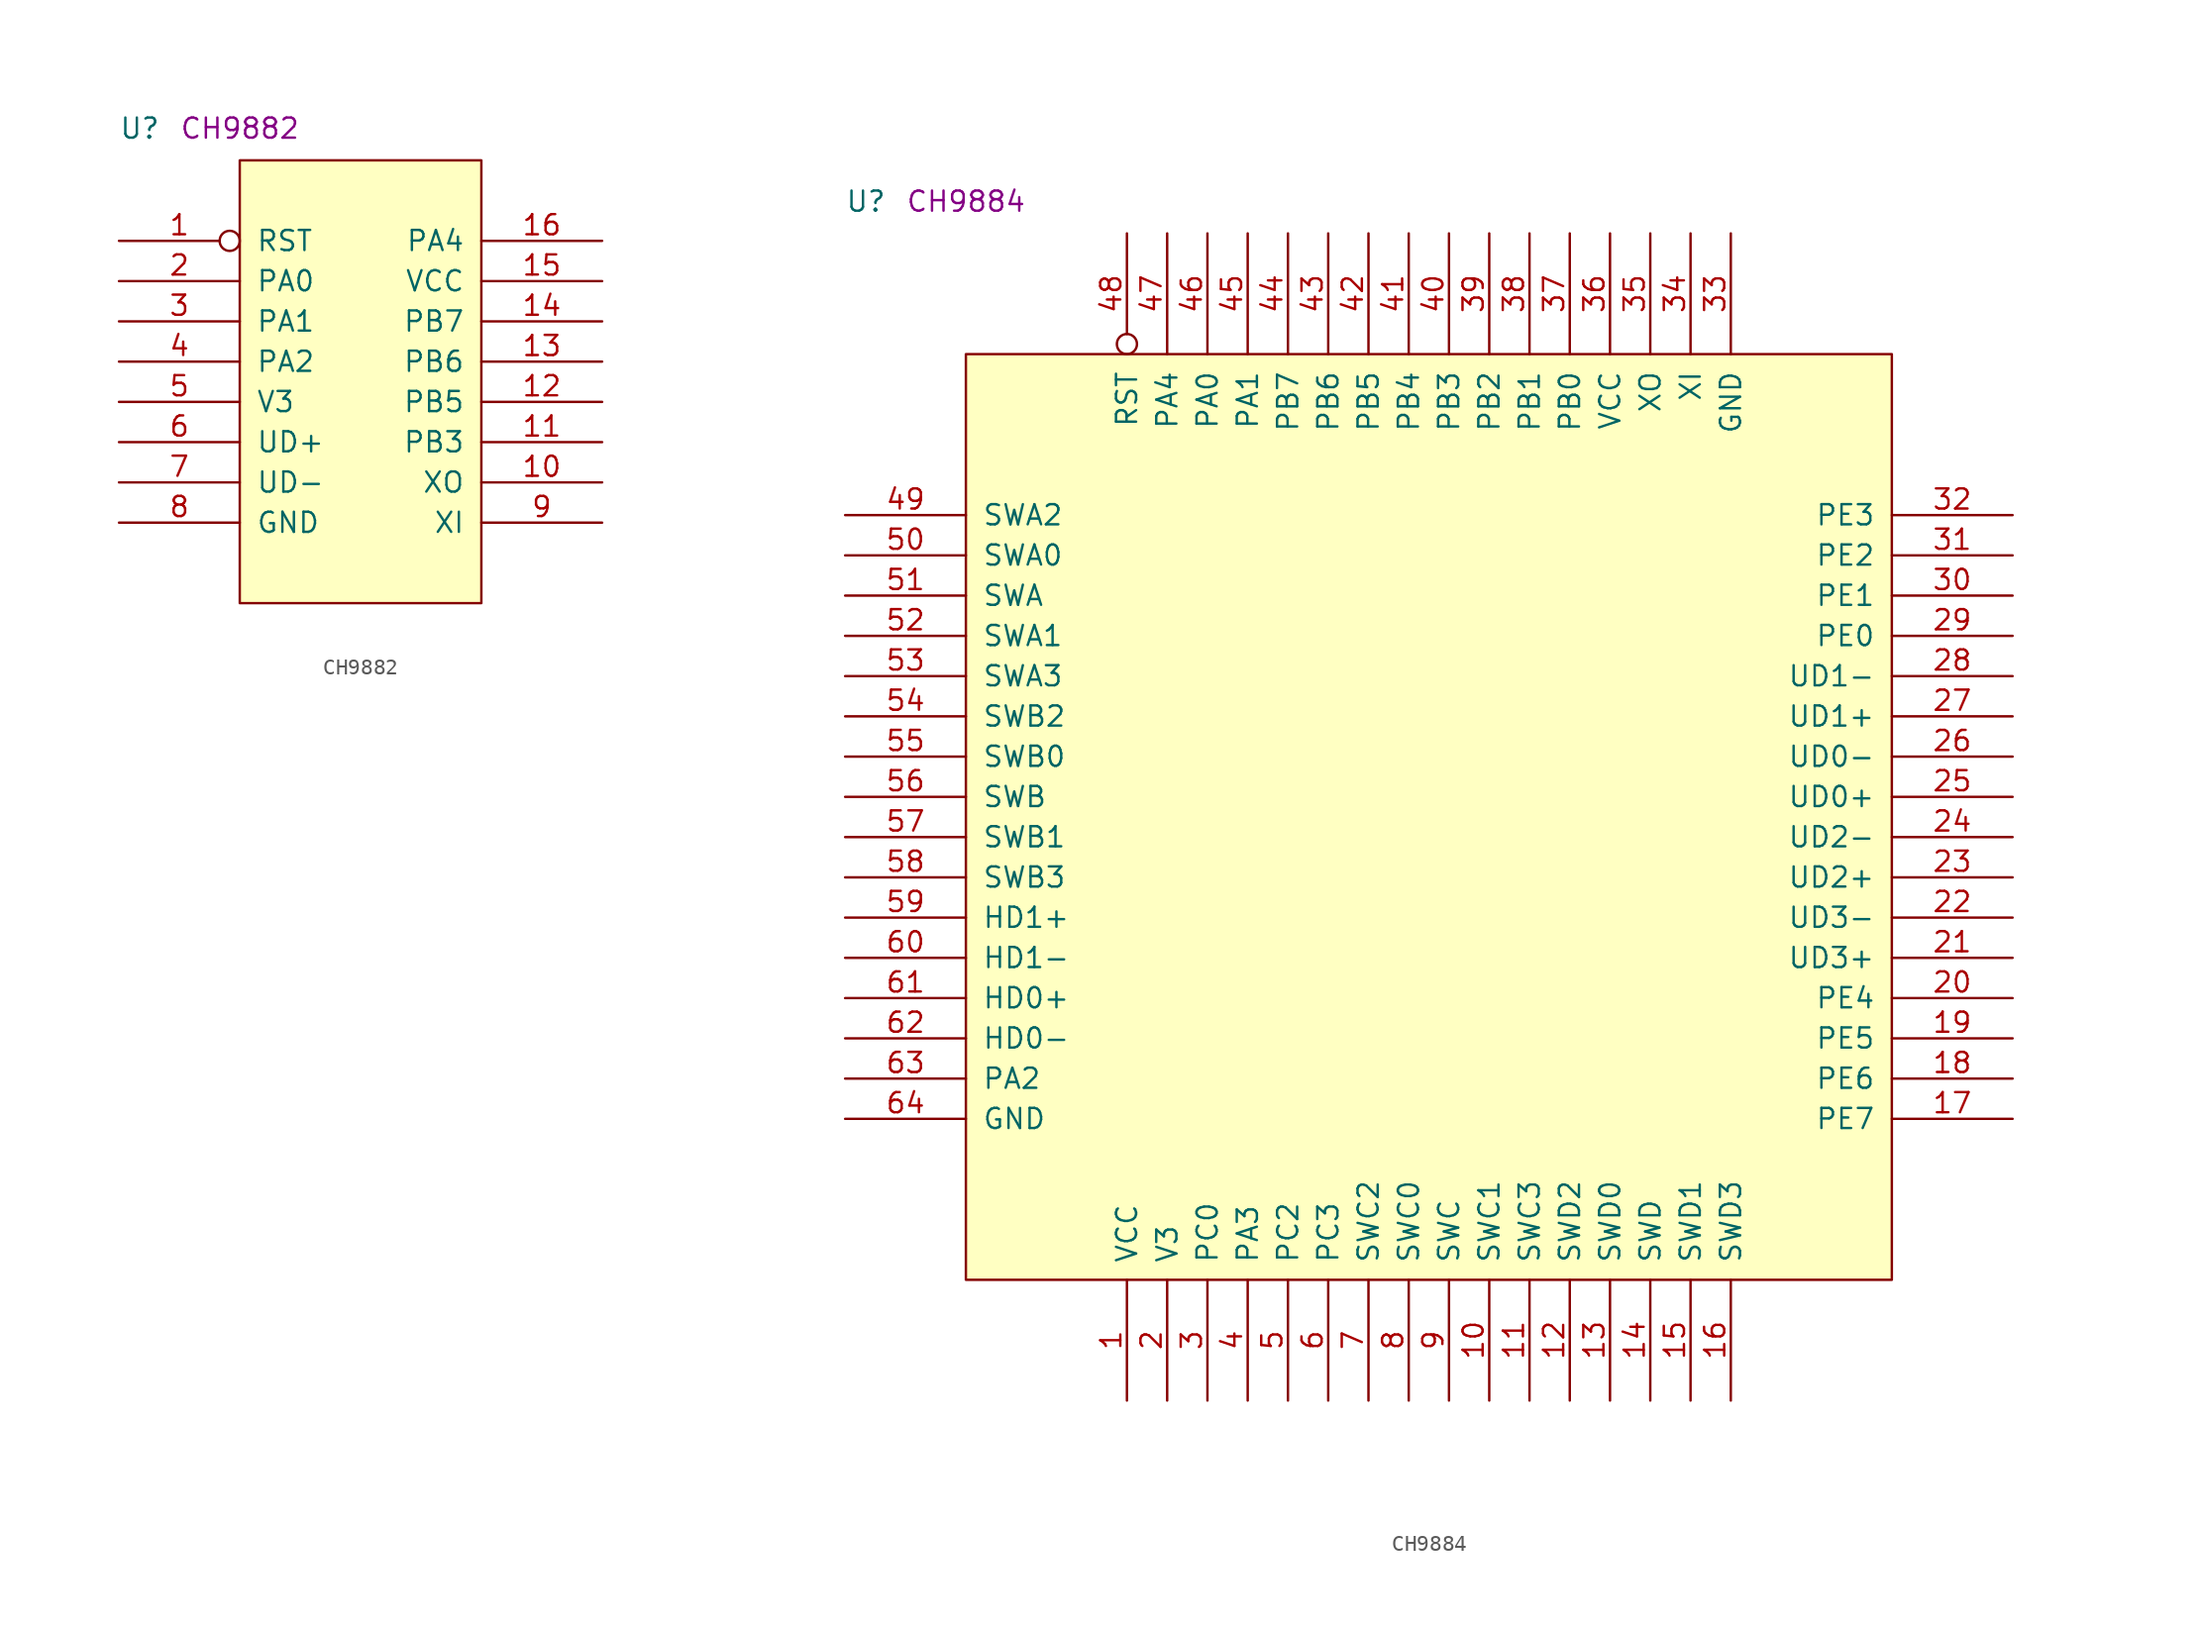
<source format=kicad_sym>
(kicad_symbol_lib
  (version 20211014)
  (generator kicad_symbol_editor)
  (symbol "CH9882"
    (pin_names
      (offset 1.016))
    (property "Reference" "U"
      (at -7.62 1.27 0)
      (effects (font (size 1.27 1.27)) (justify left bottom)))
    (property "Comment" "CH9882"
      (at -3.81 1.27 0)
      (effects (font (size 1.27 1.27)) (justify left bottom)))
    (symbol "CH9882_1_1"
      (rectangle (start 0 -27.94) (end 15.24 0) (stroke (width 0) (type default) (color 0 0 0 0)) (fill (type background)))
      (pin input inverted (at -7.62 -5.08 0) (length 7.62) (name "RST" (effects (font (size 1.27 1.27)))) (number "1" (effects (font (size 1.27 1.27)))))
      (pin output line (at 22.86 -20.32 180) (length 7.62) (name "XO" (effects (font (size 1.27 1.27)))) (number "10" (effects (font (size 1.27 1.27)))))
      (pin bidirectional line (at 22.86 -17.78 180) (length 7.62) (name "PB3" (effects (font (size 1.27 1.27)))) (number "11" (effects (font (size 1.27 1.27)))))
      (pin bidirectional line (at 22.86 -15.24 180) (length 7.62) (name "PB5" (effects (font (size 1.27 1.27)))) (number "12" (effects (font (size 1.27 1.27)))))
      (pin bidirectional line (at 22.86 -12.7 180) (length 7.62) (name "PB6" (effects (font (size 1.27 1.27)))) (number "13" (effects (font (size 1.27 1.27)))))
      (pin bidirectional line (at 22.86 -10.16 180) (length 7.62) (name "PB7" (effects (font (size 1.27 1.27)))) (number "14" (effects (font (size 1.27 1.27)))))
      (pin power_in line (at 22.86 -7.62 180) (length 7.62) (name "VCC" (effects (font (size 1.27 1.27)))) (number "15" (effects (font (size 1.27 1.27)))))
      (pin bidirectional line (at 22.86 -5.08 180) (length 7.62) (name "PA4" (effects (font (size 1.27 1.27)))) (number "16" (effects (font (size 1.27 1.27)))))
      (pin bidirectional line (at -7.62 -7.62 0) (length 7.62) (name "PA0" (effects (font (size 1.27 1.27)))) (number "2" (effects (font (size 1.27 1.27)))))
      (pin bidirectional line (at -7.62 -10.16 0) (length 7.62) (name "PA1" (effects (font (size 1.27 1.27)))) (number "3" (effects (font (size 1.27 1.27)))))
      (pin bidirectional line (at -7.62 -12.7 0) (length 7.62) (name "PA2" (effects (font (size 1.27 1.27)))) (number "4" (effects (font (size 1.27 1.27)))))
      (pin power_in line (at -7.62 -15.24 0) (length 7.62) (name "V3" (effects (font (size 1.27 1.27)))) (number "5" (effects (font (size 1.27 1.27)))))
      (pin bidirectional line (at -7.62 -17.78 0) (length 7.62) (name "UD+" (effects (font (size 1.27 1.27)))) (number "6" (effects (font (size 1.27 1.27)))))
      (pin bidirectional line (at -7.62 -20.32 0) (length 7.62) (name "UD-" (effects (font (size 1.27 1.27)))) (number "7" (effects (font (size 1.27 1.27)))))
      (pin power_in line (at -7.62 -22.86 0) (length 7.62) (name "GND" (effects (font (size 1.27 1.27)))) (number "8" (effects (font (size 1.27 1.27)))))
      (pin input line (at 22.86 -22.86 180) (length 7.62) (name "XI" (effects (font (size 1.27 1.27)))) (number "9" (effects (font (size 1.27 1.27)))))))
  (symbol "CH9884"
    (pin_names
      (offset 1.016))
    (property "Reference" "U"
      (at -7.62 8.89 0)
      (effects (font (size 1.27 1.27)) (justify left bottom)))
    (property "Comment" "CH9884"
      (at -3.81 8.89 0)
      (effects (font (size 1.27 1.27)) (justify left bottom)))
    (symbol "CH9884_1_1"
      (rectangle (start 0 -58.42) (end 58.42 0) (stroke (width 0) (type default) (color 0 0 0 0)) (fill (type background)))
      (pin power_in line (at 10.16 -66.04 90) (length 7.62) (name "VCC" (effects (font (size 1.27 1.27)))) (number "1" (effects (font (size 1.27 1.27)))))
      (pin bidirectional line (at 33.02 -66.04 90) (length 7.62) (name "SWC1" (effects (font (size 1.27 1.27)))) (number "10" (effects (font (size 1.27 1.27)))))
      (pin bidirectional line (at 35.56 -66.04 90) (length 7.62) (name "SWC3" (effects (font (size 1.27 1.27)))) (number "11" (effects (font (size 1.27 1.27)))))
      (pin bidirectional line (at 38.1 -66.04 90) (length 7.62) (name "SWD2" (effects (font (size 1.27 1.27)))) (number "12" (effects (font (size 1.27 1.27)))))
      (pin bidirectional line (at 40.64 -66.04 90) (length 7.62) (name "SWD0" (effects (font (size 1.27 1.27)))) (number "13" (effects (font (size 1.27 1.27)))))
      (pin bidirectional line (at 43.18 -66.04 90) (length 7.62) (name "SWD" (effects (font (size 1.27 1.27)))) (number "14" (effects (font (size 1.27 1.27)))))
      (pin bidirectional line (at 45.72 -66.04 90) (length 7.62) (name "SWD1" (effects (font (size 1.27 1.27)))) (number "15" (effects (font (size 1.27 1.27)))))
      (pin bidirectional line (at 48.26 -66.04 90) (length 7.62) (name "SWD3" (effects (font (size 1.27 1.27)))) (number "16" (effects (font (size 1.27 1.27)))))
      (pin bidirectional line (at 66.04 -48.26 180) (length 7.62) (name "PE7" (effects (font (size 1.27 1.27)))) (number "17" (effects (font (size 1.27 1.27)))))
      (pin bidirectional line (at 66.04 -45.72 180) (length 7.62) (name "PE6" (effects (font (size 1.27 1.27)))) (number "18" (effects (font (size 1.27 1.27)))))
      (pin bidirectional line (at 66.04 -43.18 180) (length 7.62) (name "PE5" (effects (font (size 1.27 1.27)))) (number "19" (effects (font (size 1.27 1.27)))))
      (pin power_in line (at 12.7 -66.04 90) (length 7.62) (name "V3" (effects (font (size 1.27 1.27)))) (number "2" (effects (font (size 1.27 1.27)))))
      (pin bidirectional line (at 66.04 -40.64 180) (length 7.62) (name "PE4" (effects (font (size 1.27 1.27)))) (number "20" (effects (font (size 1.27 1.27)))))
      (pin bidirectional line (at 66.04 -38.1 180) (length 7.62) (name "UD3+" (effects (font (size 1.27 1.27)))) (number "21" (effects (font (size 1.27 1.27)))))
      (pin bidirectional line (at 66.04 -35.56 180) (length 7.62) (name "UD3-" (effects (font (size 1.27 1.27)))) (number "22" (effects (font (size 1.27 1.27)))))
      (pin bidirectional line (at 66.04 -33.02 180) (length 7.62) (name "UD2+" (effects (font (size 1.27 1.27)))) (number "23" (effects (font (size 1.27 1.27)))))
      (pin bidirectional line (at 66.04 -30.48 180) (length 7.62) (name "UD2-" (effects (font (size 1.27 1.27)))) (number "24" (effects (font (size 1.27 1.27)))))
      (pin bidirectional line (at 66.04 -27.94 180) (length 7.62) (name "UD0+" (effects (font (size 1.27 1.27)))) (number "25" (effects (font (size 1.27 1.27)))))
      (pin bidirectional line (at 66.04 -25.4 180) (length 7.62) (name "UD0-" (effects (font (size 1.27 1.27)))) (number "26" (effects (font (size 1.27 1.27)))))
      (pin bidirectional line (at 66.04 -22.86 180) (length 7.62) (name "UD1+" (effects (font (size 1.27 1.27)))) (number "27" (effects (font (size 1.27 1.27)))))
      (pin bidirectional line (at 66.04 -20.32 180) (length 7.62) (name "UD1-" (effects (font (size 1.27 1.27)))) (number "28" (effects (font (size 1.27 1.27)))))
      (pin bidirectional line (at 66.04 -17.78 180) (length 7.62) (name "PE0" (effects (font (size 1.27 1.27)))) (number "29" (effects (font (size 1.27 1.27)))))
      (pin bidirectional line (at 15.24 -66.04 90) (length 7.62) (name "PC0" (effects (font (size 1.27 1.27)))) (number "3" (effects (font (size 1.27 1.27)))))
      (pin bidirectional line (at 66.04 -15.24 180) (length 7.62) (name "PE1" (effects (font (size 1.27 1.27)))) (number "30" (effects (font (size 1.27 1.27)))))
      (pin bidirectional line (at 66.04 -12.7 180) (length 7.62) (name "PE2" (effects (font (size 1.27 1.27)))) (number "31" (effects (font (size 1.27 1.27)))))
      (pin bidirectional line (at 66.04 -10.16 180) (length 7.62) (name "PE3" (effects (font (size 1.27 1.27)))) (number "32" (effects (font (size 1.27 1.27)))))
      (pin power_in line (at 48.26 7.62 270) (length 7.62) (name "GND" (effects (font (size 1.27 1.27)))) (number "33" (effects (font (size 1.27 1.27)))))
      (pin input line (at 45.72 7.62 270) (length 7.62) (name "XI" (effects (font (size 1.27 1.27)))) (number "34" (effects (font (size 1.27 1.27)))))
      (pin output line (at 43.18 7.62 270) (length 7.62) (name "XO" (effects (font (size 1.27 1.27)))) (number "35" (effects (font (size 1.27 1.27)))))
      (pin power_in line (at 40.64 7.62 270) (length 7.62) (name "VCC" (effects (font (size 1.27 1.27)))) (number "36" (effects (font (size 1.27 1.27)))))
      (pin bidirectional line (at 38.1 7.62 270) (length 7.62) (name "PB0" (effects (font (size 1.27 1.27)))) (number "37" (effects (font (size 1.27 1.27)))))
      (pin bidirectional line (at 35.56 7.62 270) (length 7.62) (name "PB1" (effects (font (size 1.27 1.27)))) (number "38" (effects (font (size 1.27 1.27)))))
      (pin bidirectional line (at 33.02 7.62 270) (length 7.62) (name "PB2" (effects (font (size 1.27 1.27)))) (number "39" (effects (font (size 1.27 1.27)))))
      (pin bidirectional line (at 17.78 -66.04 90) (length 7.62) (name "PA3" (effects (font (size 1.27 1.27)))) (number "4" (effects (font (size 1.27 1.27)))))
      (pin bidirectional line (at 30.48 7.62 270) (length 7.62) (name "PB3" (effects (font (size 1.27 1.27)))) (number "40" (effects (font (size 1.27 1.27)))))
      (pin bidirectional line (at 27.94 7.62 270) (length 7.62) (name "PB4" (effects (font (size 1.27 1.27)))) (number "41" (effects (font (size 1.27 1.27)))))
      (pin bidirectional line (at 25.4 7.62 270) (length 7.62) (name "PB5" (effects (font (size 1.27 1.27)))) (number "42" (effects (font (size 1.27 1.27)))))
      (pin bidirectional line (at 22.86 7.62 270) (length 7.62) (name "PB6" (effects (font (size 1.27 1.27)))) (number "43" (effects (font (size 1.27 1.27)))))
      (pin bidirectional line (at 20.32 7.62 270) (length 7.62) (name "PB7" (effects (font (size 1.27 1.27)))) (number "44" (effects (font (size 1.27 1.27)))))
      (pin bidirectional line (at 17.78 7.62 270) (length 7.62) (name "PA1" (effects (font (size 1.27 1.27)))) (number "45" (effects (font (size 1.27 1.27)))))
      (pin bidirectional line (at 15.24 7.62 270) (length 7.62) (name "PA0" (effects (font (size 1.27 1.27)))) (number "46" (effects (font (size 1.27 1.27)))))
      (pin bidirectional line (at 12.7 7.62 270) (length 7.62) (name "PA4" (effects (font (size 1.27 1.27)))) (number "47" (effects (font (size 1.27 1.27)))))
      (pin input inverted (at 10.16 7.62 270) (length 7.62) (name "RST" (effects (font (size 1.27 1.27)))) (number "48" (effects (font (size 1.27 1.27)))))
      (pin bidirectional line (at -7.62 -10.16 0) (length 7.62) (name "SWA2" (effects (font (size 1.27 1.27)))) (number "49" (effects (font (size 1.27 1.27)))))
      (pin bidirectional line (at 20.32 -66.04 90) (length 7.62) (name "PC2" (effects (font (size 1.27 1.27)))) (number "5" (effects (font (size 1.27 1.27)))))
      (pin bidirectional line (at -7.62 -12.7 0) (length 7.62) (name "SWA0" (effects (font (size 1.27 1.27)))) (number "50" (effects (font (size 1.27 1.27)))))
      (pin bidirectional line (at -7.62 -15.24 0) (length 7.62) (name "SWA" (effects (font (size 1.27 1.27)))) (number "51" (effects (font (size 1.27 1.27)))))
      (pin bidirectional line (at -7.62 -17.78 0) (length 7.62) (name "SWA1" (effects (font (size 1.27 1.27)))) (number "52" (effects (font (size 1.27 1.27)))))
      (pin bidirectional line (at -7.62 -20.32 0) (length 7.62) (name "SWA3" (effects (font (size 1.27 1.27)))) (number "53" (effects (font (size 1.27 1.27)))))
      (pin bidirectional line (at -7.62 -22.86 0) (length 7.62) (name "SWB2" (effects (font (size 1.27 1.27)))) (number "54" (effects (font (size 1.27 1.27)))))
      (pin bidirectional line (at -7.62 -25.4 0) (length 7.62) (name "SWB0" (effects (font (size 1.27 1.27)))) (number "55" (effects (font (size 1.27 1.27)))))
      (pin bidirectional line (at -7.62 -27.94 0) (length 7.62) (name "SWB" (effects (font (size 1.27 1.27)))) (number "56" (effects (font (size 1.27 1.27)))))
      (pin bidirectional line (at -7.62 -30.48 0) (length 7.62) (name "SWB1" (effects (font (size 1.27 1.27)))) (number "57" (effects (font (size 1.27 1.27)))))
      (pin bidirectional line (at -7.62 -33.02 0) (length 7.62) (name "SWB3" (effects (font (size 1.27 1.27)))) (number "58" (effects (font (size 1.27 1.27)))))
      (pin bidirectional line (at -7.62 -35.56 0) (length 7.62) (name "HD1+" (effects (font (size 1.27 1.27)))) (number "59" (effects (font (size 1.27 1.27)))))
      (pin bidirectional line (at 22.86 -66.04 90) (length 7.62) (name "PC3" (effects (font (size 1.27 1.27)))) (number "6" (effects (font (size 1.27 1.27)))))
      (pin bidirectional line (at -7.62 -38.1 0) (length 7.62) (name "HD1-" (effects (font (size 1.27 1.27)))) (number "60" (effects (font (size 1.27 1.27)))))
      (pin bidirectional line (at -7.62 -40.64 0) (length 7.62) (name "HD0+" (effects (font (size 1.27 1.27)))) (number "61" (effects (font (size 1.27 1.27)))))
      (pin bidirectional line (at -7.62 -43.18 0) (length 7.62) (name "HD0-" (effects (font (size 1.27 1.27)))) (number "62" (effects (font (size 1.27 1.27)))))
      (pin bidirectional line (at -7.62 -45.72 0) (length 7.62) (name "PA2" (effects (font (size 1.27 1.27)))) (number "63" (effects (font (size 1.27 1.27)))))
      (pin power_in line (at -7.62 -48.26 0) (length 7.62) (name "GND" (effects (font (size 1.27 1.27)))) (number "64" (effects (font (size 1.27 1.27)))))
      (pin bidirectional line (at 25.4 -66.04 90) (length 7.62) (name "SWC2" (effects (font (size 1.27 1.27)))) (number "7" (effects (font (size 1.27 1.27)))))
      (pin bidirectional line (at 27.94 -66.04 90) (length 7.62) (name "SWC0" (effects (font (size 1.27 1.27)))) (number "8" (effects (font (size 1.27 1.27)))))
      (pin bidirectional line (at 30.48 -66.04 90) (length 7.62) (name "SWC" (effects (font (size 1.27 1.27)))) (number "9" (effects (font (size 1.27 1.27))))))))
</source>
